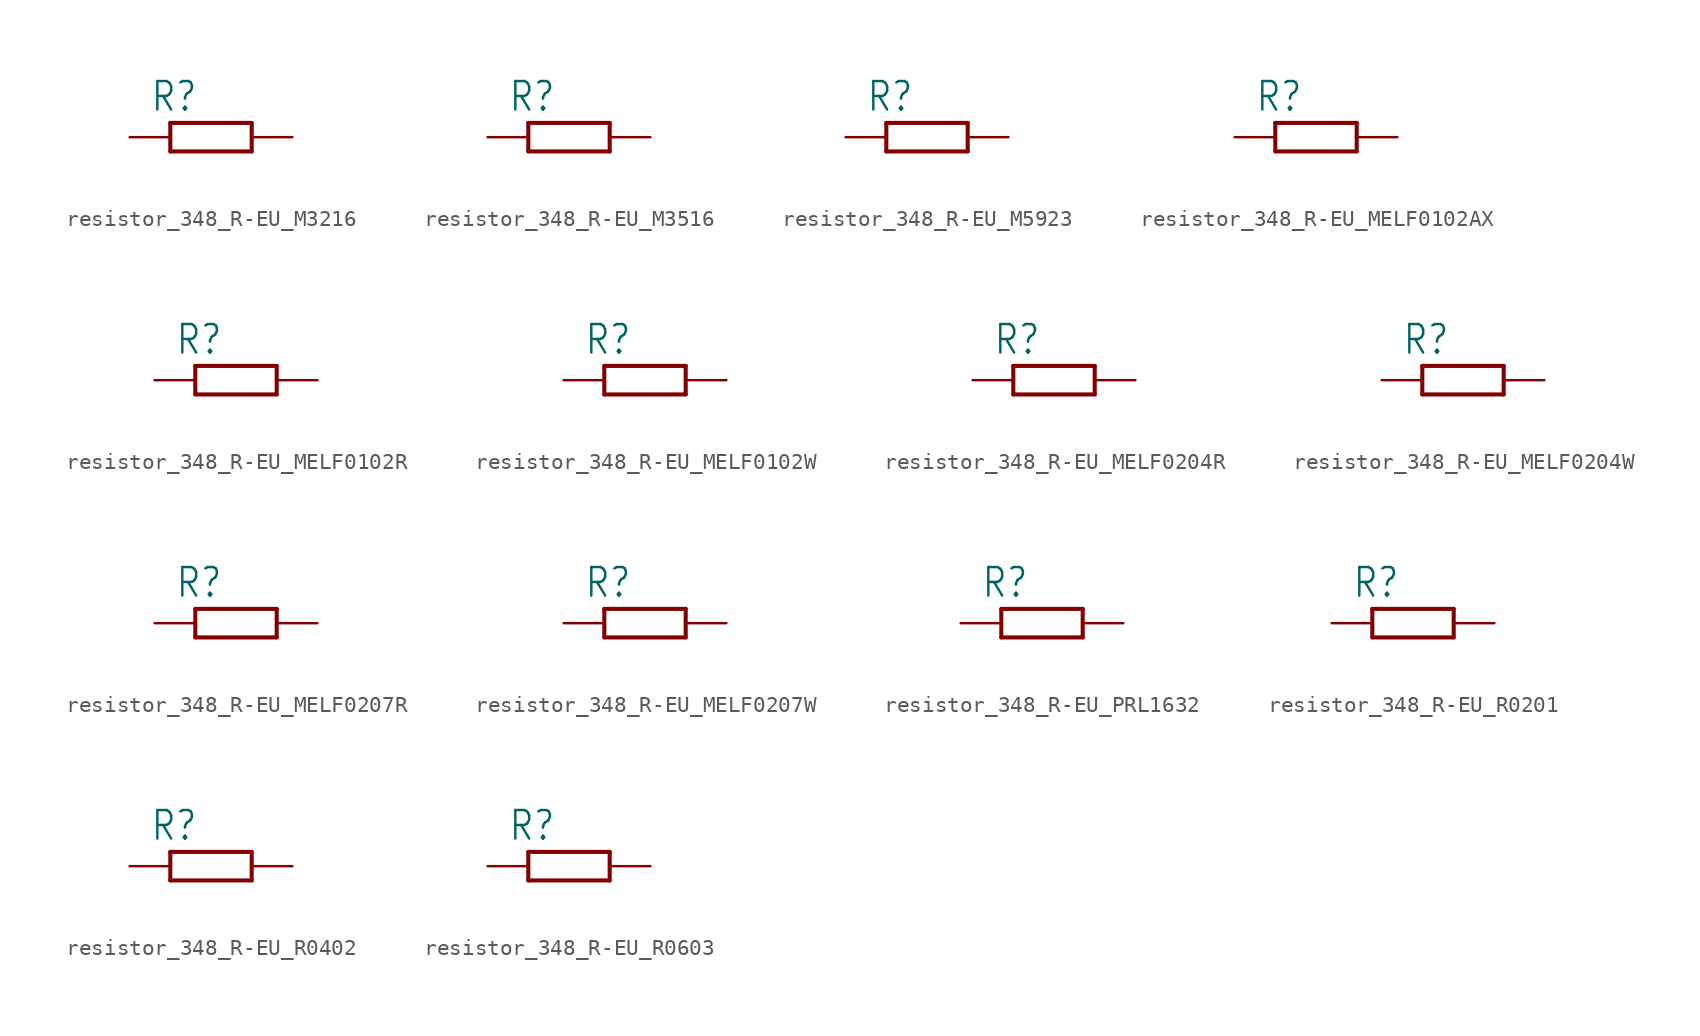
<source format=kicad_sym>
(kicad_symbol_lib
  (version 20241209)
  (generator "kicad_symbol_editor")
  (generator_version "9.0")
  (symbol "resistor_348_R-EU_M3216"
    (property "Reference" "R"
      (at -3.81 1.499 0)
      (effects (font (size 1.778 1.511)) (justify left bottom)))
    (property "Value" ""
      (at -3.81 -3.302 0)
      (effects (font (size 1.778 1.511)) (justify left bottom)))
    (property "ki_locked" ""
      (at 0 0 0)
      (effects (font (size 1.27 1.27))))
    (symbol "resistor_348_R-EU_M3216_1_0"
      (polyline (pts (xy -2.54 -0.889) (xy -2.54 0.889)) (stroke (width 0.254) (type solid)) (fill (type none)))
      (polyline (pts (xy -2.54 -0.889) (xy 2.54 -0.889)) (stroke (width 0.254) (type solid)) (fill (type none)))
      (polyline (pts (xy 2.54 0.889) (xy -2.54 0.889)) (stroke (width 0.254) (type solid)) (fill (type none)))
      (polyline (pts (xy 2.54 -0.889) (xy 2.54 0.889)) (stroke (width 0.254) (type solid)) (fill (type none)))
      (pin passive line (at -5.08 0 0) (length 2.54) (name "1" (effects (font (size 0 0)))) (number "1" (effects (font (size 0 0)))))
      (pin passive line (at 5.08 0 180) (length 2.54) (name "2" (effects (font (size 0 0)))) (number "2" (effects (font (size 0 0)))))))
  (symbol "resistor_348_R-EU_M3516"
    (property "Reference" "R"
      (at -3.81 1.499 0)
      (effects (font (size 1.778 1.511)) (justify left bottom)))
    (property "Value" ""
      (at -3.81 -3.302 0)
      (effects (font (size 1.778 1.511)) (justify left bottom)))
    (property "ki_locked" ""
      (at 0 0 0)
      (effects (font (size 1.27 1.27))))
    (symbol "resistor_348_R-EU_M3516_1_0"
      (polyline (pts (xy -2.54 -0.889) (xy -2.54 0.889)) (stroke (width 0.254) (type solid)) (fill (type none)))
      (polyline (pts (xy -2.54 -0.889) (xy 2.54 -0.889)) (stroke (width 0.254) (type solid)) (fill (type none)))
      (polyline (pts (xy 2.54 0.889) (xy -2.54 0.889)) (stroke (width 0.254) (type solid)) (fill (type none)))
      (polyline (pts (xy 2.54 -0.889) (xy 2.54 0.889)) (stroke (width 0.254) (type solid)) (fill (type none)))
      (pin passive line (at -5.08 0 0) (length 2.54) (name "1" (effects (font (size 0 0)))) (number "1" (effects (font (size 0 0)))))
      (pin passive line (at 5.08 0 180) (length 2.54) (name "2" (effects (font (size 0 0)))) (number "2" (effects (font (size 0 0)))))))
  (symbol "resistor_348_R-EU_M5923"
    (property "Reference" "R"
      (at -3.81 1.499 0)
      (effects (font (size 1.778 1.511)) (justify left bottom)))
    (property "Value" ""
      (at -3.81 -3.302 0)
      (effects (font (size 1.778 1.511)) (justify left bottom)))
    (property "ki_locked" ""
      (at 0 0 0)
      (effects (font (size 1.27 1.27))))
    (symbol "resistor_348_R-EU_M5923_1_0"
      (polyline (pts (xy -2.54 -0.889) (xy -2.54 0.889)) (stroke (width 0.254) (type solid)) (fill (type none)))
      (polyline (pts (xy -2.54 -0.889) (xy 2.54 -0.889)) (stroke (width 0.254) (type solid)) (fill (type none)))
      (polyline (pts (xy 2.54 0.889) (xy -2.54 0.889)) (stroke (width 0.254) (type solid)) (fill (type none)))
      (polyline (pts (xy 2.54 -0.889) (xy 2.54 0.889)) (stroke (width 0.254) (type solid)) (fill (type none)))
      (pin passive line (at -5.08 0 0) (length 2.54) (name "1" (effects (font (size 0 0)))) (number "1" (effects (font (size 0 0)))))
      (pin passive line (at 5.08 0 180) (length 2.54) (name "2" (effects (font (size 0 0)))) (number "2" (effects (font (size 0 0)))))))
  (symbol "resistor_348_R-EU_MELF0102AX"
    (property "Reference" "R"
      (at -3.81 1.499 0)
      (effects (font (size 1.778 1.511)) (justify left bottom)))
    (property "Value" ""
      (at -3.81 -3.302 0)
      (effects (font (size 1.778 1.511)) (justify left bottom)))
    (property "ki_locked" ""
      (at 0 0 0)
      (effects (font (size 1.27 1.27))))
    (symbol "resistor_348_R-EU_MELF0102AX_1_0"
      (polyline (pts (xy -2.54 -0.889) (xy -2.54 0.889)) (stroke (width 0.254) (type solid)) (fill (type none)))
      (polyline (pts (xy -2.54 -0.889) (xy 2.54 -0.889)) (stroke (width 0.254) (type solid)) (fill (type none)))
      (polyline (pts (xy 2.54 0.889) (xy -2.54 0.889)) (stroke (width 0.254) (type solid)) (fill (type none)))
      (polyline (pts (xy 2.54 -0.889) (xy 2.54 0.889)) (stroke (width 0.254) (type solid)) (fill (type none)))
      (pin passive line (at -5.08 0 0) (length 2.54) (name "1" (effects (font (size 0 0)))) (number "1" (effects (font (size 0 0)))))
      (pin passive line (at 5.08 0 180) (length 2.54) (name "2" (effects (font (size 0 0)))) (number "2" (effects (font (size 0 0)))))))
  (symbol "resistor_348_R-EU_MELF0102R"
    (property "Reference" "R"
      (at -3.81 1.499 0)
      (effects (font (size 1.778 1.511)) (justify left bottom)))
    (property "Value" ""
      (at -3.81 -3.302 0)
      (effects (font (size 1.778 1.511)) (justify left bottom)))
    (property "ki_locked" ""
      (at 0 0 0)
      (effects (font (size 1.27 1.27))))
    (symbol "resistor_348_R-EU_MELF0102R_1_0"
      (polyline (pts (xy -2.54 -0.889) (xy -2.54 0.889)) (stroke (width 0.254) (type solid)) (fill (type none)))
      (polyline (pts (xy -2.54 -0.889) (xy 2.54 -0.889)) (stroke (width 0.254) (type solid)) (fill (type none)))
      (polyline (pts (xy 2.54 0.889) (xy -2.54 0.889)) (stroke (width 0.254) (type solid)) (fill (type none)))
      (polyline (pts (xy 2.54 -0.889) (xy 2.54 0.889)) (stroke (width 0.254) (type solid)) (fill (type none)))
      (pin passive line (at -5.08 0 0) (length 2.54) (name "1" (effects (font (size 0 0)))) (number "1" (effects (font (size 0 0)))))
      (pin passive line (at 5.08 0 180) (length 2.54) (name "2" (effects (font (size 0 0)))) (number "2" (effects (font (size 0 0)))))))
  (symbol "resistor_348_R-EU_MELF0102W"
    (property "Reference" "R"
      (at -3.81 1.499 0)
      (effects (font (size 1.778 1.511)) (justify left bottom)))
    (property "Value" ""
      (at -3.81 -3.302 0)
      (effects (font (size 1.778 1.511)) (justify left bottom)))
    (property "ki_locked" ""
      (at 0 0 0)
      (effects (font (size 1.27 1.27))))
    (symbol "resistor_348_R-EU_MELF0102W_1_0"
      (polyline (pts (xy -2.54 -0.889) (xy -2.54 0.889)) (stroke (width 0.254) (type solid)) (fill (type none)))
      (polyline (pts (xy -2.54 -0.889) (xy 2.54 -0.889)) (stroke (width 0.254) (type solid)) (fill (type none)))
      (polyline (pts (xy 2.54 0.889) (xy -2.54 0.889)) (stroke (width 0.254) (type solid)) (fill (type none)))
      (polyline (pts (xy 2.54 -0.889) (xy 2.54 0.889)) (stroke (width 0.254) (type solid)) (fill (type none)))
      (pin passive line (at -5.08 0 0) (length 2.54) (name "1" (effects (font (size 0 0)))) (number "1" (effects (font (size 0 0)))))
      (pin passive line (at 5.08 0 180) (length 2.54) (name "2" (effects (font (size 0 0)))) (number "2" (effects (font (size 0 0)))))))
  (symbol "resistor_348_R-EU_MELF0204R"
    (property "Reference" "R"
      (at -3.81 1.499 0)
      (effects (font (size 1.778 1.511)) (justify left bottom)))
    (property "Value" ""
      (at -3.81 -3.302 0)
      (effects (font (size 1.778 1.511)) (justify left bottom)))
    (property "ki_locked" ""
      (at 0 0 0)
      (effects (font (size 1.27 1.27))))
    (symbol "resistor_348_R-EU_MELF0204R_1_0"
      (polyline (pts (xy -2.54 -0.889) (xy -2.54 0.889)) (stroke (width 0.254) (type solid)) (fill (type none)))
      (polyline (pts (xy -2.54 -0.889) (xy 2.54 -0.889)) (stroke (width 0.254) (type solid)) (fill (type none)))
      (polyline (pts (xy 2.54 0.889) (xy -2.54 0.889)) (stroke (width 0.254) (type solid)) (fill (type none)))
      (polyline (pts (xy 2.54 -0.889) (xy 2.54 0.889)) (stroke (width 0.254) (type solid)) (fill (type none)))
      (pin passive line (at -5.08 0 0) (length 2.54) (name "1" (effects (font (size 0 0)))) (number "1" (effects (font (size 0 0)))))
      (pin passive line (at 5.08 0 180) (length 2.54) (name "2" (effects (font (size 0 0)))) (number "2" (effects (font (size 0 0)))))))
  (symbol "resistor_348_R-EU_MELF0204W"
    (property "Reference" "R"
      (at -3.81 1.499 0)
      (effects (font (size 1.778 1.511)) (justify left bottom)))
    (property "Value" ""
      (at -3.81 -3.302 0)
      (effects (font (size 1.778 1.511)) (justify left bottom)))
    (property "ki_locked" ""
      (at 0 0 0)
      (effects (font (size 1.27 1.27))))
    (symbol "resistor_348_R-EU_MELF0204W_1_0"
      (polyline (pts (xy -2.54 -0.889) (xy -2.54 0.889)) (stroke (width 0.254) (type solid)) (fill (type none)))
      (polyline (pts (xy -2.54 -0.889) (xy 2.54 -0.889)) (stroke (width 0.254) (type solid)) (fill (type none)))
      (polyline (pts (xy 2.54 0.889) (xy -2.54 0.889)) (stroke (width 0.254) (type solid)) (fill (type none)))
      (polyline (pts (xy 2.54 -0.889) (xy 2.54 0.889)) (stroke (width 0.254) (type solid)) (fill (type none)))
      (pin passive line (at -5.08 0 0) (length 2.54) (name "1" (effects (font (size 0 0)))) (number "1" (effects (font (size 0 0)))))
      (pin passive line (at 5.08 0 180) (length 2.54) (name "2" (effects (font (size 0 0)))) (number "2" (effects (font (size 0 0)))))))
  (symbol "resistor_348_R-EU_MELF0207R"
    (property "Reference" "R"
      (at -3.81 1.499 0)
      (effects (font (size 1.778 1.511)) (justify left bottom)))
    (property "Value" ""
      (at -3.81 -3.302 0)
      (effects (font (size 1.778 1.511)) (justify left bottom)))
    (property "ki_locked" ""
      (at 0 0 0)
      (effects (font (size 1.27 1.27))))
    (symbol "resistor_348_R-EU_MELF0207R_1_0"
      (polyline (pts (xy -2.54 -0.889) (xy -2.54 0.889)) (stroke (width 0.254) (type solid)) (fill (type none)))
      (polyline (pts (xy -2.54 -0.889) (xy 2.54 -0.889)) (stroke (width 0.254) (type solid)) (fill (type none)))
      (polyline (pts (xy 2.54 0.889) (xy -2.54 0.889)) (stroke (width 0.254) (type solid)) (fill (type none)))
      (polyline (pts (xy 2.54 -0.889) (xy 2.54 0.889)) (stroke (width 0.254) (type solid)) (fill (type none)))
      (pin passive line (at -5.08 0 0) (length 2.54) (name "1" (effects (font (size 0 0)))) (number "1" (effects (font (size 0 0)))))
      (pin passive line (at 5.08 0 180) (length 2.54) (name "2" (effects (font (size 0 0)))) (number "2" (effects (font (size 0 0)))))))
  (symbol "resistor_348_R-EU_MELF0207W"
    (property "Reference" "R"
      (at -3.81 1.499 0)
      (effects (font (size 1.778 1.511)) (justify left bottom)))
    (property "Value" ""
      (at -3.81 -3.302 0)
      (effects (font (size 1.778 1.511)) (justify left bottom)))
    (property "ki_locked" ""
      (at 0 0 0)
      (effects (font (size 1.27 1.27))))
    (symbol "resistor_348_R-EU_MELF0207W_1_0"
      (polyline (pts (xy -2.54 -0.889) (xy -2.54 0.889)) (stroke (width 0.254) (type solid)) (fill (type none)))
      (polyline (pts (xy -2.54 -0.889) (xy 2.54 -0.889)) (stroke (width 0.254) (type solid)) (fill (type none)))
      (polyline (pts (xy 2.54 0.889) (xy -2.54 0.889)) (stroke (width 0.254) (type solid)) (fill (type none)))
      (polyline (pts (xy 2.54 -0.889) (xy 2.54 0.889)) (stroke (width 0.254) (type solid)) (fill (type none)))
      (pin passive line (at -5.08 0 0) (length 2.54) (name "1" (effects (font (size 0 0)))) (number "1" (effects (font (size 0 0)))))
      (pin passive line (at 5.08 0 180) (length 2.54) (name "2" (effects (font (size 0 0)))) (number "2" (effects (font (size 0 0)))))))
  (symbol "resistor_348_R-EU_PRL1632"
    (property "Reference" "R"
      (at -3.81 1.499 0)
      (effects (font (size 1.778 1.511)) (justify left bottom)))
    (property "Value" ""
      (at -3.81 -3.302 0)
      (effects (font (size 1.778 1.511)) (justify left bottom)))
    (property "ki_locked" ""
      (at 0 0 0)
      (effects (font (size 1.27 1.27))))
    (symbol "resistor_348_R-EU_PRL1632_1_0"
      (polyline (pts (xy -2.54 -0.889) (xy -2.54 0.889)) (stroke (width 0.254) (type solid)) (fill (type none)))
      (polyline (pts (xy -2.54 -0.889) (xy 2.54 -0.889)) (stroke (width 0.254) (type solid)) (fill (type none)))
      (polyline (pts (xy 2.54 0.889) (xy -2.54 0.889)) (stroke (width 0.254) (type solid)) (fill (type none)))
      (polyline (pts (xy 2.54 -0.889) (xy 2.54 0.889)) (stroke (width 0.254) (type solid)) (fill (type none)))
      (pin passive line (at -5.08 0 0) (length 2.54) (name "1" (effects (font (size 0 0)))) (number "1" (effects (font (size 0 0)))))
      (pin passive line (at 5.08 0 180) (length 2.54) (name "2" (effects (font (size 0 0)))) (number "2" (effects (font (size 0 0)))))))
  (symbol "resistor_348_R-EU_R0201"
    (property "Reference" "R"
      (at -3.81 1.499 0)
      (effects (font (size 1.778 1.511)) (justify left bottom)))
    (property "Value" ""
      (at -3.81 -3.302 0)
      (effects (font (size 1.778 1.511)) (justify left bottom)))
    (property "ki_locked" ""
      (at 0 0 0)
      (effects (font (size 1.27 1.27))))
    (symbol "resistor_348_R-EU_R0201_1_0"
      (polyline (pts (xy -2.54 -0.889) (xy -2.54 0.889)) (stroke (width 0.254) (type solid)) (fill (type none)))
      (polyline (pts (xy -2.54 -0.889) (xy 2.54 -0.889)) (stroke (width 0.254) (type solid)) (fill (type none)))
      (polyline (pts (xy 2.54 0.889) (xy -2.54 0.889)) (stroke (width 0.254) (type solid)) (fill (type none)))
      (polyline (pts (xy 2.54 -0.889) (xy 2.54 0.889)) (stroke (width 0.254) (type solid)) (fill (type none)))
      (pin passive line (at -5.08 0 0) (length 2.54) (name "1" (effects (font (size 0 0)))) (number "1" (effects (font (size 0 0)))))
      (pin passive line (at 5.08 0 180) (length 2.54) (name "2" (effects (font (size 0 0)))) (number "2" (effects (font (size 0 0)))))))
  (symbol "resistor_348_R-EU_R0402"
    (property "Reference" "R"
      (at -3.81 1.499 0)
      (effects (font (size 1.778 1.511)) (justify left bottom)))
    (property "Value" ""
      (at -3.81 -3.302 0)
      (effects (font (size 1.778 1.511)) (justify left bottom)))
    (property "ki_locked" ""
      (at 0 0 0)
      (effects (font (size 1.27 1.27))))
    (symbol "resistor_348_R-EU_R0402_1_0"
      (polyline (pts (xy -2.54 -0.889) (xy -2.54 0.889)) (stroke (width 0.254) (type solid)) (fill (type none)))
      (polyline (pts (xy -2.54 -0.889) (xy 2.54 -0.889)) (stroke (width 0.254) (type solid)) (fill (type none)))
      (polyline (pts (xy 2.54 0.889) (xy -2.54 0.889)) (stroke (width 0.254) (type solid)) (fill (type none)))
      (polyline (pts (xy 2.54 -0.889) (xy 2.54 0.889)) (stroke (width 0.254) (type solid)) (fill (type none)))
      (pin passive line (at -5.08 0 0) (length 2.54) (name "1" (effects (font (size 0 0)))) (number "1" (effects (font (size 0 0)))))
      (pin passive line (at 5.08 0 180) (length 2.54) (name "2" (effects (font (size 0 0)))) (number "2" (effects (font (size 0 0)))))))
  (symbol "resistor_348_R-EU_R0603"
    (property "Reference" "R"
      (at -3.81 1.499 0)
      (effects (font (size 1.778 1.511)) (justify left bottom)))
    (property "Value" ""
      (at -3.81 -3.302 0)
      (effects (font (size 1.778 1.511)) (justify left bottom)))
    (property "ki_locked" ""
      (at 0 0 0)
      (effects (font (size 1.27 1.27))))
    (symbol "resistor_348_R-EU_R0603_1_0"
      (polyline (pts (xy -2.54 -0.889) (xy -2.54 0.889)) (stroke (width 0.254) (type solid)) (fill (type none)))
      (polyline (pts (xy -2.54 -0.889) (xy 2.54 -0.889)) (stroke (width 0.254) (type solid)) (fill (type none)))
      (polyline (pts (xy 2.54 0.889) (xy -2.54 0.889)) (stroke (width 0.254) (type solid)) (fill (type none)))
      (polyline (pts (xy 2.54 -0.889) (xy 2.54 0.889)) (stroke (width 0.254) (type solid)) (fill (type none)))
      (pin passive line (at -5.08 0 0) (length 2.54) (name "1" (effects (font (size 0 0)))) (number "1" (effects (font (size 0 0)))))
      (pin passive line (at 5.08 0 180) (length 2.54) (name "2" (effects (font (size 0 0)))) (number "2" (effects (font (size 0 0))))))))
</source>
